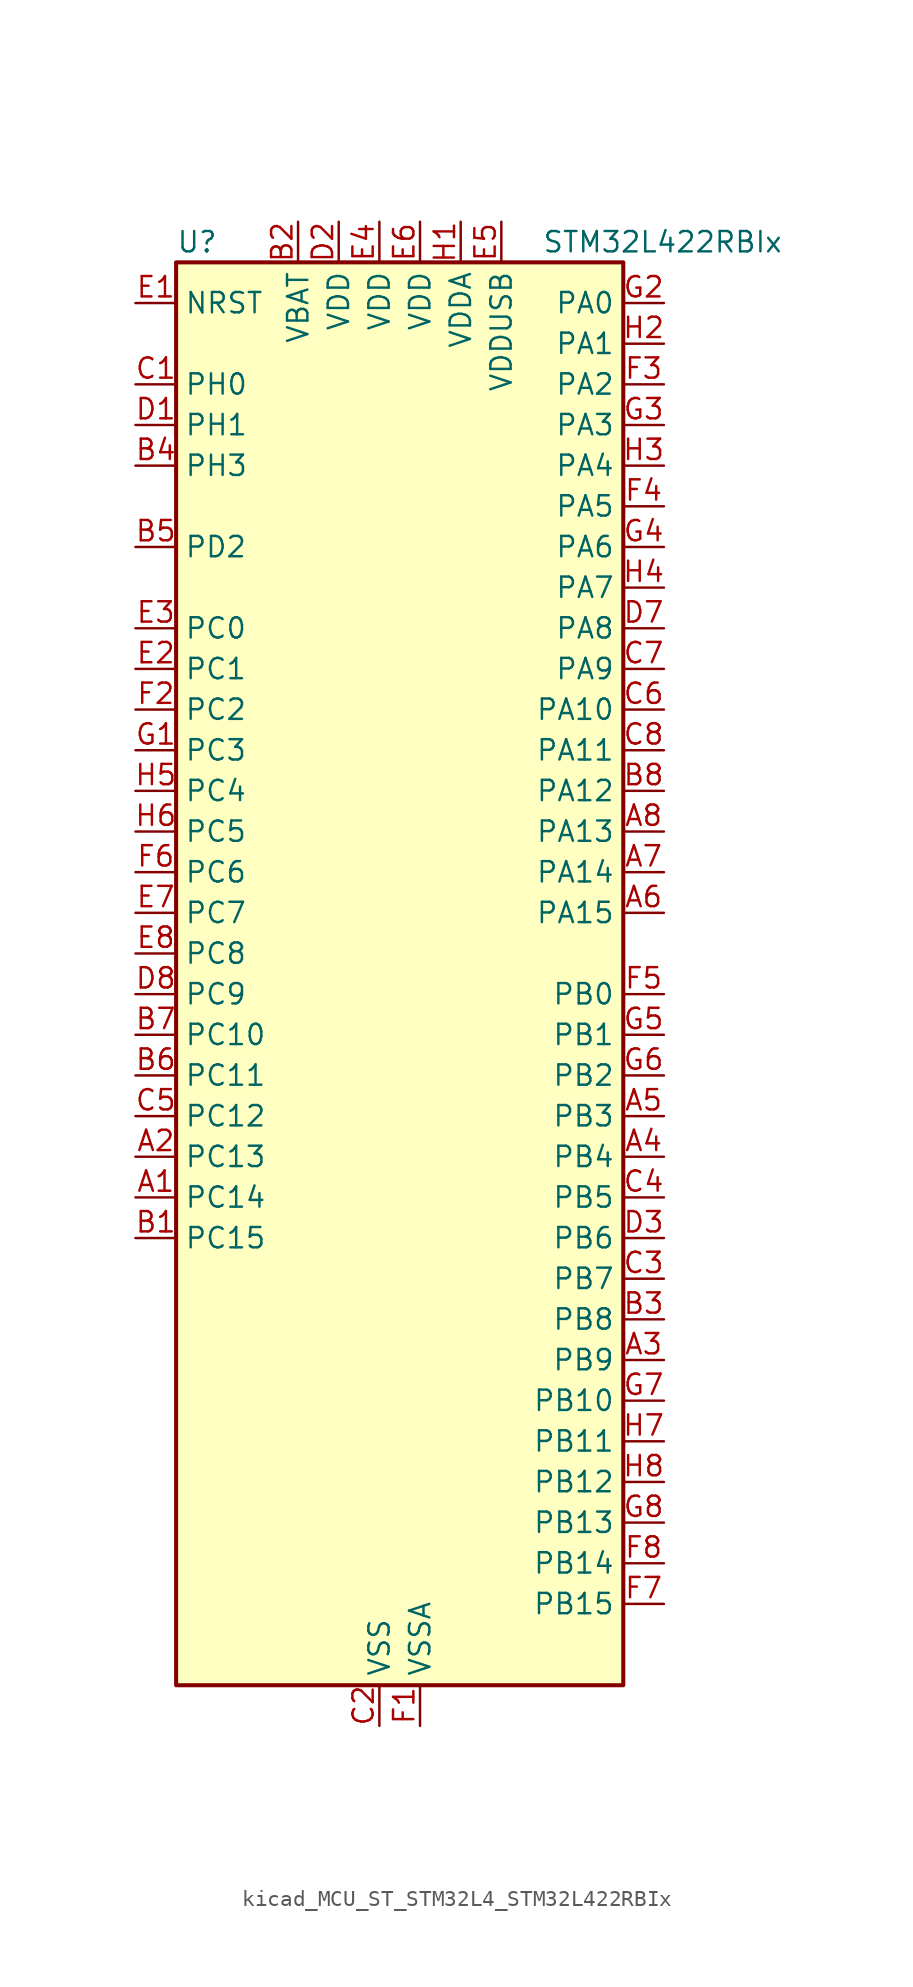
<source format=kicad_sym>
(kicad_symbol_lib
  (version 20220914)
  (generator kicad_symbol_editor)
  (symbol "kicad_MCU_ST_STM32L4_STM32L422RBIx"
    (property "Reference" "U"
      (at -12.7 46.99 0)
      (effects (font (size 1.27 1.27)) (justify left)))
    (property "Value" "STM32L422RBIx"
      (at 10.16 46.99 0)
      (effects (font (size 1.27 1.27)) (justify left)))
    (property "ki_locked" ""
      (at 0 0 0)
      (effects (font (size 1.27 1.27))))
    (symbol "kicad_MCU_ST_STM32L4_STM32L422RBIx_0_1"
      (rectangle (start -12.7 -43.18) (end 15.24 45.72) (stroke (width 0.254) (type default)) (fill (type background))))
    (symbol "kicad_MCU_ST_STM32L4_STM32L422RBIx_1_1"
      (pin bidirectional line (at -15.24 -12.7 0) (length 2.54) (name "PC14" (effects (font (size 1.27 1.27)))) (number "A1" (effects (font (size 1.27 1.27)))) (alternate "RCC_OSC32_IN" bidirectional line))
      (pin bidirectional line (at -15.24 -10.16 0) (length 2.54) (name "PC13" (effects (font (size 1.27 1.27)))) (number "A2" (effects (font (size 1.27 1.27)))) (alternate "RTC_OUT_ALARM" bidirectional line) (alternate "RTC_OUT_CALIB" bidirectional line) (alternate "RTC_TAMP1" bidirectional line) (alternate "RTC_TS" bidirectional line) (alternate "SYS_WKUP2" bidirectional line))
      (pin bidirectional line (at 17.78 -22.86 180) (length 2.54) (name "PB9" (effects (font (size 1.27 1.27)))) (number "A3" (effects (font (size 1.27 1.27)))) (alternate "I2C1_SDA" bidirectional line) (alternate "IR_OUT" bidirectional line) (alternate "SPI2_NSS" bidirectional line))
      (pin bidirectional line (at 17.78 -10.16 180) (length 2.54) (name "PB4" (effects (font (size 1.27 1.27)))) (number "A4" (effects (font (size 1.27 1.27)))) (alternate "I2C3_SDA" bidirectional line) (alternate "SPI1_MISO" bidirectional line) (alternate "SYS_JTRST" bidirectional line) (alternate "TSC_G2_IO1" bidirectional line) (alternate "USART1_CTS" bidirectional line))
      (pin bidirectional line (at 17.78 -7.62 180) (length 2.54) (name "PB3" (effects (font (size 1.27 1.27)))) (number "A5" (effects (font (size 1.27 1.27)))) (alternate "SPI1_SCK" bidirectional line) (alternate "SYS_JTDO-SWO" bidirectional line) (alternate "TIM2_CH2" bidirectional line) (alternate "USART1_DE" bidirectional line) (alternate "USART1_RTS" bidirectional line))
      (pin bidirectional line (at 17.78 5.08 180) (length 2.54) (name "PA15" (effects (font (size 1.27 1.27)))) (number "A6" (effects (font (size 1.27 1.27)))) (alternate "ADC1_EXTI15" bidirectional line) (alternate "ADC2_EXTI15" bidirectional line) (alternate "SPI1_NSS" bidirectional line) (alternate "SYS_JTDI" bidirectional line) (alternate "TIM2_CH1" bidirectional line) (alternate "TIM2_ETR" bidirectional line) (alternate "TSC_G3_IO1" bidirectional line) (alternate "USART2_RX" bidirectional line) (alternate "USART3_DE" bidirectional line) (alternate "USART3_RTS" bidirectional line))
      (pin bidirectional line (at 17.78 7.62 180) (length 2.54) (name "PA14" (effects (font (size 1.27 1.27)))) (number "A7" (effects (font (size 1.27 1.27)))) (alternate "I2C1_SMBA" bidirectional line) (alternate "LPTIM1_OUT" bidirectional line) (alternate "SYS_JTCK-SWCLK" bidirectional line))
      (pin bidirectional line (at 17.78 10.16 180) (length 2.54) (name "PA13" (effects (font (size 1.27 1.27)))) (number "A8" (effects (font (size 1.27 1.27)))) (alternate "IR_OUT" bidirectional line) (alternate "SYS_JTMS-SWDIO" bidirectional line) (alternate "USB_NOE" bidirectional line))
      (pin bidirectional line (at -15.24 -15.24 0) (length 2.54) (name "PC15" (effects (font (size 1.27 1.27)))) (number "B1" (effects (font (size 1.27 1.27)))) (alternate "ADC1_EXTI15" bidirectional line) (alternate "ADC2_EXTI15" bidirectional line) (alternate "RCC_OSC32_OUT" bidirectional line))
      (pin power_in line (at -5.08 48.26 270) (length 2.54) (name "VBAT" (effects (font (size 1.27 1.27)))) (number "B2" (effects (font (size 1.27 1.27)))))
      (pin bidirectional line (at 17.78 -20.32 180) (length 2.54) (name "PB8" (effects (font (size 1.27 1.27)))) (number "B3" (effects (font (size 1.27 1.27)))) (alternate "I2C1_SCL" bidirectional line) (alternate "TIM16_CH1" bidirectional line))
      (pin bidirectional line (at -15.24 33.02 0) (length 2.54) (name "PH3" (effects (font (size 1.27 1.27)))) (number "B4" (effects (font (size 1.27 1.27)))))
      (pin bidirectional line (at -15.24 27.94 0) (length 2.54) (name "PD2" (effects (font (size 1.27 1.27)))) (number "B5" (effects (font (size 1.27 1.27)))) (alternate "SYS_TRACED2" bidirectional line) (alternate "TSC_SYNC" bidirectional line) (alternate "USART3_DE" bidirectional line) (alternate "USART3_RTS" bidirectional line))
      (pin bidirectional line (at -15.24 -5.08 0) (length 2.54) (name "PC11" (effects (font (size 1.27 1.27)))) (number "B6" (effects (font (size 1.27 1.27)))) (alternate "ADC1_EXTI11" bidirectional line) (alternate "ADC2_EXTI11" bidirectional line) (alternate "TSC_G3_IO3" bidirectional line) (alternate "USART3_RX" bidirectional line))
      (pin bidirectional line (at -15.24 -2.54 0) (length 2.54) (name "PC10" (effects (font (size 1.27 1.27)))) (number "B7" (effects (font (size 1.27 1.27)))) (alternate "SYS_TRACED1" bidirectional line) (alternate "TSC_G3_IO2" bidirectional line) (alternate "USART3_TX" bidirectional line))
      (pin bidirectional line (at 17.78 12.7 180) (length 2.54) (name "PA12" (effects (font (size 1.27 1.27)))) (number "B8" (effects (font (size 1.27 1.27)))) (alternate "SPI1_MOSI" bidirectional line) (alternate "TIM1_ETR" bidirectional line) (alternate "USART1_DE" bidirectional line) (alternate "USART1_RTS" bidirectional line) (alternate "USB_DP" bidirectional line))
      (pin bidirectional line (at -15.24 38.1 0) (length 2.54) (name "PH0" (effects (font (size 1.27 1.27)))) (number "C1" (effects (font (size 1.27 1.27)))) (alternate "RCC_OSC_IN" bidirectional line))
      (pin power_in line (at 0 -45.72 90) (length 2.54) (name "VSS" (effects (font (size 1.27 1.27)))) (number "C2" (effects (font (size 1.27 1.27)))))
      (pin bidirectional line (at 17.78 -17.78 180) (length 2.54) (name "PB7" (effects (font (size 1.27 1.27)))) (number "C3" (effects (font (size 1.27 1.27)))) (alternate "I2C1_SDA" bidirectional line) (alternate "LPTIM1_IN2" bidirectional line) (alternate "SYS_PVD_IN" bidirectional line) (alternate "SYS_TRACECLK" bidirectional line) (alternate "TSC_G2_IO4" bidirectional line) (alternate "USART1_RX" bidirectional line))
      (pin bidirectional line (at 17.78 -12.7 180) (length 2.54) (name "PB5" (effects (font (size 1.27 1.27)))) (number "C4" (effects (font (size 1.27 1.27)))) (alternate "I2C1_SMBA" bidirectional line) (alternate "LPTIM1_IN1" bidirectional line) (alternate "SPI1_MOSI" bidirectional line) (alternate "SYS_TRACED2" bidirectional line) (alternate "TIM16_BKIN" bidirectional line) (alternate "TSC_G2_IO2" bidirectional line) (alternate "USART1_CK" bidirectional line))
      (pin bidirectional line (at -15.24 -7.62 0) (length 2.54) (name "PC12" (effects (font (size 1.27 1.27)))) (number "C5" (effects (font (size 1.27 1.27)))) (alternate "SYS_TRACED3" bidirectional line) (alternate "TSC_G3_IO4" bidirectional line) (alternate "USART3_CK" bidirectional line))
      (pin bidirectional line (at 17.78 17.78 180) (length 2.54) (name "PA10" (effects (font (size 1.27 1.27)))) (number "C6" (effects (font (size 1.27 1.27)))) (alternate "CRS_SYNC" bidirectional line) (alternate "I2C1_SDA" bidirectional line) (alternate "TIM1_CH3" bidirectional line) (alternate "USART1_RX" bidirectional line))
      (pin bidirectional line (at 17.78 20.32 180) (length 2.54) (name "PA9" (effects (font (size 1.27 1.27)))) (number "C7" (effects (font (size 1.27 1.27)))) (alternate "I2C1_SCL" bidirectional line) (alternate "TIM15_BKIN" bidirectional line) (alternate "TIM1_CH2" bidirectional line) (alternate "USART1_TX" bidirectional line))
      (pin bidirectional line (at 17.78 15.24 180) (length 2.54) (name "PA11" (effects (font (size 1.27 1.27)))) (number "C8" (effects (font (size 1.27 1.27)))) (alternate "ADC1_EXTI11" bidirectional line) (alternate "ADC2_EXTI11" bidirectional line) (alternate "COMP1_OUT" bidirectional line) (alternate "SPI1_MISO" bidirectional line) (alternate "TIM1_BKIN2" bidirectional line) (alternate "TIM1_BKIN2_COMP1" bidirectional line) (alternate "TIM1_CH4" bidirectional line) (alternate "USART1_CTS" bidirectional line) (alternate "USB_DM" bidirectional line))
      (pin bidirectional line (at -15.24 35.56 0) (length 2.54) (name "PH1" (effects (font (size 1.27 1.27)))) (number "D1" (effects (font (size 1.27 1.27)))) (alternate "RCC_OSC_OUT" bidirectional line))
      (pin power_in line (at -2.54 48.26 270) (length 2.54) (name "VDD" (effects (font (size 1.27 1.27)))) (number "D2" (effects (font (size 1.27 1.27)))))
      (pin bidirectional line (at 17.78 -15.24 180) (length 2.54) (name "PB6" (effects (font (size 1.27 1.27)))) (number "D3" (effects (font (size 1.27 1.27)))) (alternate "I2C1_SCL" bidirectional line) (alternate "LPTIM1_ETR" bidirectional line) (alternate "SYS_TRACED3" bidirectional line) (alternate "TIM16_CH1N" bidirectional line) (alternate "TSC_G2_IO3" bidirectional line) (alternate "USART1_TX" bidirectional line))
      (pin passive line (at 0 -45.72 90) (length 2.54) hide (name "VSS" (effects (font (size 1.27 1.27)))) (number "D4" (effects (font (size 1.27 1.27)))))
      (pin passive line (at 0 -45.72 90) (length 2.54) hide (name "VSS" (effects (font (size 1.27 1.27)))) (number "D5" (effects (font (size 1.27 1.27)))))
      (pin passive line (at 0 -45.72 90) (length 2.54) hide (name "VSS" (effects (font (size 1.27 1.27)))) (number "D6" (effects (font (size 1.27 1.27)))))
      (pin bidirectional line (at 17.78 22.86 180) (length 2.54) (name "PA8" (effects (font (size 1.27 1.27)))) (number "D7" (effects (font (size 1.27 1.27)))) (alternate "LPTIM2_OUT" bidirectional line) (alternate "RCC_MCO" bidirectional line) (alternate "TIM1_CH1" bidirectional line) (alternate "USART1_CK" bidirectional line))
      (pin bidirectional line (at -15.24 0 0) (length 2.54) (name "PC9" (effects (font (size 1.27 1.27)))) (number "D8" (effects (font (size 1.27 1.27)))) (alternate "TSC_G4_IO4" bidirectional line) (alternate "USB_NOE" bidirectional line))
      (pin input line (at -15.24 43.18 0) (length 2.54) (name "NRST" (effects (font (size 1.27 1.27)))) (number "E1" (effects (font (size 1.27 1.27)))))
      (pin bidirectional line (at -15.24 20.32 0) (length 2.54) (name "PC1" (effects (font (size 1.27 1.27)))) (number "E2" (effects (font (size 1.27 1.27)))) (alternate "ADC1_IN2" bidirectional line) (alternate "ADC2_IN2" bidirectional line) (alternate "I2C3_SDA" bidirectional line) (alternate "LPTIM1_OUT" bidirectional line) (alternate "LPUART1_TX" bidirectional line) (alternate "SYS_TRACED0" bidirectional line))
      (pin bidirectional line (at -15.24 22.86 0) (length 2.54) (name "PC0" (effects (font (size 1.27 1.27)))) (number "E3" (effects (font (size 1.27 1.27)))) (alternate "ADC1_IN1" bidirectional line) (alternate "ADC2_IN1" bidirectional line) (alternate "I2C3_SCL" bidirectional line) (alternate "LPTIM1_IN1" bidirectional line) (alternate "LPTIM2_IN1" bidirectional line) (alternate "LPUART1_RX" bidirectional line) (alternate "SYS_TRACECLK" bidirectional line))
      (pin power_in line (at 0 48.26 270) (length 2.54) (name "VDD" (effects (font (size 1.27 1.27)))) (number "E4" (effects (font (size 1.27 1.27)))))
      (pin power_in line (at 7.62 48.26 270) (length 2.54) (name "VDDUSB" (effects (font (size 1.27 1.27)))) (number "E5" (effects (font (size 1.27 1.27)))))
      (pin power_in line (at 2.54 48.26 270) (length 2.54) (name "VDD" (effects (font (size 1.27 1.27)))) (number "E6" (effects (font (size 1.27 1.27)))))
      (pin bidirectional line (at -15.24 5.08 0) (length 2.54) (name "PC7" (effects (font (size 1.27 1.27)))) (number "E7" (effects (font (size 1.27 1.27)))) (alternate "TSC_G4_IO2" bidirectional line))
      (pin bidirectional line (at -15.24 2.54 0) (length 2.54) (name "PC8" (effects (font (size 1.27 1.27)))) (number "E8" (effects (font (size 1.27 1.27)))) (alternate "TSC_G4_IO3" bidirectional line))
      (pin power_in line (at 2.54 -45.72 90) (length 2.54) (name "VSSA" (effects (font (size 1.27 1.27)))) (number "F1" (effects (font (size 1.27 1.27)))))
      (pin bidirectional line (at -15.24 17.78 0) (length 2.54) (name "PC2" (effects (font (size 1.27 1.27)))) (number "F2" (effects (font (size 1.27 1.27)))) (alternate "ADC1_IN3" bidirectional line) (alternate "ADC2_IN3" bidirectional line) (alternate "LPTIM1_IN2" bidirectional line) (alternate "SPI2_MISO" bidirectional line))
      (pin bidirectional line (at 17.78 38.1 180) (length 2.54) (name "PA2" (effects (font (size 1.27 1.27)))) (number "F3" (effects (font (size 1.27 1.27)))) (alternate "ADC1_IN7" bidirectional line) (alternate "ADC2_IN7" bidirectional line) (alternate "LPUART1_TX" bidirectional line) (alternate "QUADSPI_BK1_NCS" bidirectional line) (alternate "RCC_LSCO" bidirectional line) (alternate "SYS_WKUP4" bidirectional line) (alternate "TIM15_CH1" bidirectional line) (alternate "TIM2_CH3" bidirectional line) (alternate "USART2_TX" bidirectional line))
      (pin bidirectional line (at 17.78 30.48 180) (length 2.54) (name "PA5" (effects (font (size 1.27 1.27)))) (number "F4" (effects (font (size 1.27 1.27)))) (alternate "ADC1_IN10" bidirectional line) (alternate "ADC2_IN10" bidirectional line) (alternate "COMP1_INM" bidirectional line) (alternate "LPTIM2_ETR" bidirectional line) (alternate "SPI1_SCK" bidirectional line) (alternate "TIM2_CH1" bidirectional line) (alternate "TIM2_ETR" bidirectional line))
      (pin bidirectional line (at 17.78 0 180) (length 2.54) (name "PB0" (effects (font (size 1.27 1.27)))) (number "F5" (effects (font (size 1.27 1.27)))) (alternate "ADC1_IN15" bidirectional line) (alternate "ADC2_IN15" bidirectional line) (alternate "COMP1_OUT" bidirectional line) (alternate "QUADSPI_BK1_IO1" bidirectional line) (alternate "SPI1_NSS" bidirectional line) (alternate "SYS_TRACED0" bidirectional line) (alternate "TIM1_CH2N" bidirectional line) (alternate "USART3_CK" bidirectional line))
      (pin bidirectional line (at -15.24 7.62 0) (length 2.54) (name "PC6" (effects (font (size 1.27 1.27)))) (number "F6" (effects (font (size 1.27 1.27)))) (alternate "TSC_G4_IO1" bidirectional line))
      (pin bidirectional line (at 17.78 -38.1 180) (length 2.54) (name "PB15" (effects (font (size 1.27 1.27)))) (number "F7" (effects (font (size 1.27 1.27)))) (alternate "ADC1_EXTI15" bidirectional line) (alternate "ADC2_EXTI15" bidirectional line) (alternate "RTC_REFIN" bidirectional line) (alternate "SPI2_MOSI" bidirectional line) (alternate "TIM15_CH2" bidirectional line) (alternate "TIM1_CH3N" bidirectional line) (alternate "TSC_G1_IO4" bidirectional line))
      (pin bidirectional line (at 17.78 -35.56 180) (length 2.54) (name "PB14" (effects (font (size 1.27 1.27)))) (number "F8" (effects (font (size 1.27 1.27)))) (alternate "I2C2_SDA" bidirectional line) (alternate "SPI2_MISO" bidirectional line) (alternate "TIM15_CH1" bidirectional line) (alternate "TIM1_CH2N" bidirectional line) (alternate "TSC_G1_IO3" bidirectional line) (alternate "USART3_DE" bidirectional line) (alternate "USART3_RTS" bidirectional line))
      (pin bidirectional line (at -15.24 15.24 0) (length 2.54) (name "PC3" (effects (font (size 1.27 1.27)))) (number "G1" (effects (font (size 1.27 1.27)))) (alternate "ADC1_IN4" bidirectional line) (alternate "ADC2_IN4" bidirectional line) (alternate "LPTIM1_ETR" bidirectional line) (alternate "LPTIM2_ETR" bidirectional line) (alternate "SPI2_MOSI" bidirectional line))
      (pin bidirectional line (at 17.78 43.18 180) (length 2.54) (name "PA0" (effects (font (size 1.27 1.27)))) (number "G2" (effects (font (size 1.27 1.27)))) (alternate "ADC1_IN5" bidirectional line) (alternate "COMP1_INM" bidirectional line) (alternate "COMP1_OUT" bidirectional line) (alternate "OPAMP1_VINP" bidirectional line) (alternate "RTC_TAMP2" bidirectional line) (alternate "SYS_WKUP1" bidirectional line) (alternate "TIM2_CH1" bidirectional line) (alternate "TIM2_ETR" bidirectional line) (alternate "USART2_CTS" bidirectional line))
      (pin bidirectional line (at 17.78 35.56 180) (length 2.54) (name "PA3" (effects (font (size 1.27 1.27)))) (number "G3" (effects (font (size 1.27 1.27)))) (alternate "ADC1_IN8" bidirectional line) (alternate "ADC2_IN8" bidirectional line) (alternate "LPUART1_RX" bidirectional line) (alternate "OPAMP1_VOUT" bidirectional line) (alternate "QUADSPI_CLK" bidirectional line) (alternate "TIM15_CH2" bidirectional line) (alternate "TIM2_CH4" bidirectional line) (alternate "USART2_RX" bidirectional line))
      (pin bidirectional line (at 17.78 27.94 180) (length 2.54) (name "PA6" (effects (font (size 1.27 1.27)))) (number "G4" (effects (font (size 1.27 1.27)))) (alternate "ADC1_IN11" bidirectional line) (alternate "ADC2_IN11" bidirectional line) (alternate "COMP1_OUT" bidirectional line) (alternate "LPUART1_CTS" bidirectional line) (alternate "QUADSPI_BK1_IO3" bidirectional line) (alternate "SPI1_MISO" bidirectional line) (alternate "TIM16_CH1" bidirectional line) (alternate "TIM1_BKIN" bidirectional line) (alternate "USART3_CTS" bidirectional line))
      (pin bidirectional line (at 17.78 -2.54 180) (length 2.54) (name "PB1" (effects (font (size 1.27 1.27)))) (number "G5" (effects (font (size 1.27 1.27)))) (alternate "ADC1_IN16" bidirectional line) (alternate "ADC2_IN16" bidirectional line) (alternate "COMP1_INM" bidirectional line) (alternate "LPTIM2_IN1" bidirectional line) (alternate "LPUART1_DE" bidirectional line) (alternate "LPUART1_RTS" bidirectional line) (alternate "QUADSPI_BK1_IO0" bidirectional line) (alternate "SYS_TRACED1" bidirectional line) (alternate "TIM1_CH3N" bidirectional line) (alternate "USART3_DE" bidirectional line) (alternate "USART3_RTS" bidirectional line))
      (pin bidirectional line (at 17.78 -5.08 180) (length 2.54) (name "PB2" (effects (font (size 1.27 1.27)))) (number "G6" (effects (font (size 1.27 1.27)))) (alternate "COMP1_INP" bidirectional line) (alternate "I2C3_SMBA" bidirectional line) (alternate "LPTIM1_OUT" bidirectional line) (alternate "RTC_OUT_ALARM" bidirectional line) (alternate "RTC_OUT_CALIB" bidirectional line))
      (pin bidirectional line (at 17.78 -25.4 180) (length 2.54) (name "PB10" (effects (font (size 1.27 1.27)))) (number "G7" (effects (font (size 1.27 1.27)))) (alternate "COMP1_OUT" bidirectional line) (alternate "I2C2_SCL" bidirectional line) (alternate "LPUART1_RX" bidirectional line) (alternate "QUADSPI_CLK" bidirectional line) (alternate "SPI2_SCK" bidirectional line) (alternate "TIM2_CH3" bidirectional line) (alternate "TSC_SYNC" bidirectional line) (alternate "USART3_TX" bidirectional line))
      (pin bidirectional line (at 17.78 -33.02 180) (length 2.54) (name "PB13" (effects (font (size 1.27 1.27)))) (number "G8" (effects (font (size 1.27 1.27)))) (alternate "I2C2_SCL" bidirectional line) (alternate "LPUART1_CTS" bidirectional line) (alternate "SPI2_SCK" bidirectional line) (alternate "TIM15_CH1N" bidirectional line) (alternate "TIM1_CH1N" bidirectional line) (alternate "TSC_G1_IO2" bidirectional line) (alternate "USART3_CTS" bidirectional line))
      (pin power_in line (at 5.08 48.26 270) (length 2.54) (name "VDDA" (effects (font (size 1.27 1.27)))) (number "H1" (effects (font (size 1.27 1.27)))))
      (pin bidirectional line (at 17.78 40.64 180) (length 2.54) (name "PA1" (effects (font (size 1.27 1.27)))) (number "H2" (effects (font (size 1.27 1.27)))) (alternate "ADC1_IN6" bidirectional line) (alternate "COMP1_INP" bidirectional line) (alternate "I2C1_SMBA" bidirectional line) (alternate "OPAMP1_VINM" bidirectional line) (alternate "SPI1_SCK" bidirectional line) (alternate "TIM15_CH1N" bidirectional line) (alternate "TIM2_CH2" bidirectional line) (alternate "USART2_DE" bidirectional line) (alternate "USART2_RTS" bidirectional line))
      (pin bidirectional line (at 17.78 33.02 180) (length 2.54) (name "PA4" (effects (font (size 1.27 1.27)))) (number "H3" (effects (font (size 1.27 1.27)))) (alternate "ADC1_IN9" bidirectional line) (alternate "ADC2_IN9" bidirectional line) (alternate "COMP1_INM" bidirectional line) (alternate "LPTIM2_OUT" bidirectional line) (alternate "SPI1_NSS" bidirectional line) (alternate "USART2_CK" bidirectional line))
      (pin bidirectional line (at 17.78 25.4 180) (length 2.54) (name "PA7" (effects (font (size 1.27 1.27)))) (number "H4" (effects (font (size 1.27 1.27)))) (alternate "ADC1_IN12" bidirectional line) (alternate "ADC2_IN12" bidirectional line) (alternate "I2C3_SCL" bidirectional line) (alternate "QUADSPI_BK1_IO2" bidirectional line) (alternate "SPI1_MOSI" bidirectional line) (alternate "TIM1_CH1N" bidirectional line))
      (pin bidirectional line (at -15.24 12.7 0) (length 2.54) (name "PC4" (effects (font (size 1.27 1.27)))) (number "H5" (effects (font (size 1.27 1.27)))) (alternate "ADC1_IN13" bidirectional line) (alternate "ADC2_IN13" bidirectional line) (alternate "COMP1_INM" bidirectional line) (alternate "USART3_TX" bidirectional line))
      (pin bidirectional line (at -15.24 10.16 0) (length 2.54) (name "PC5" (effects (font (size 1.27 1.27)))) (number "H6" (effects (font (size 1.27 1.27)))) (alternate "ADC1_IN14" bidirectional line) (alternate "ADC2_IN14" bidirectional line) (alternate "COMP1_INP" bidirectional line) (alternate "SYS_WKUP5" bidirectional line) (alternate "USART3_RX" bidirectional line))
      (pin bidirectional line (at 17.78 -27.94 180) (length 2.54) (name "PB11" (effects (font (size 1.27 1.27)))) (number "H7" (effects (font (size 1.27 1.27)))) (alternate "ADC1_EXTI11" bidirectional line) (alternate "ADC2_EXTI11" bidirectional line) (alternate "I2C2_SDA" bidirectional line) (alternate "LPUART1_TX" bidirectional line) (alternate "QUADSPI_BK1_NCS" bidirectional line) (alternate "TIM2_CH4" bidirectional line) (alternate "USART3_RX" bidirectional line))
      (pin bidirectional line (at 17.78 -30.48 180) (length 2.54) (name "PB12" (effects (font (size 1.27 1.27)))) (number "H8" (effects (font (size 1.27 1.27)))) (alternate "I2C2_SMBA" bidirectional line) (alternate "LPUART1_DE" bidirectional line) (alternate "LPUART1_RTS" bidirectional line) (alternate "SPI2_NSS" bidirectional line) (alternate "TIM15_BKIN" bidirectional line) (alternate "TIM1_BKIN" bidirectional line) (alternate "TSC_G1_IO1" bidirectional line) (alternate "USART3_CK" bidirectional line)))))
</source>
